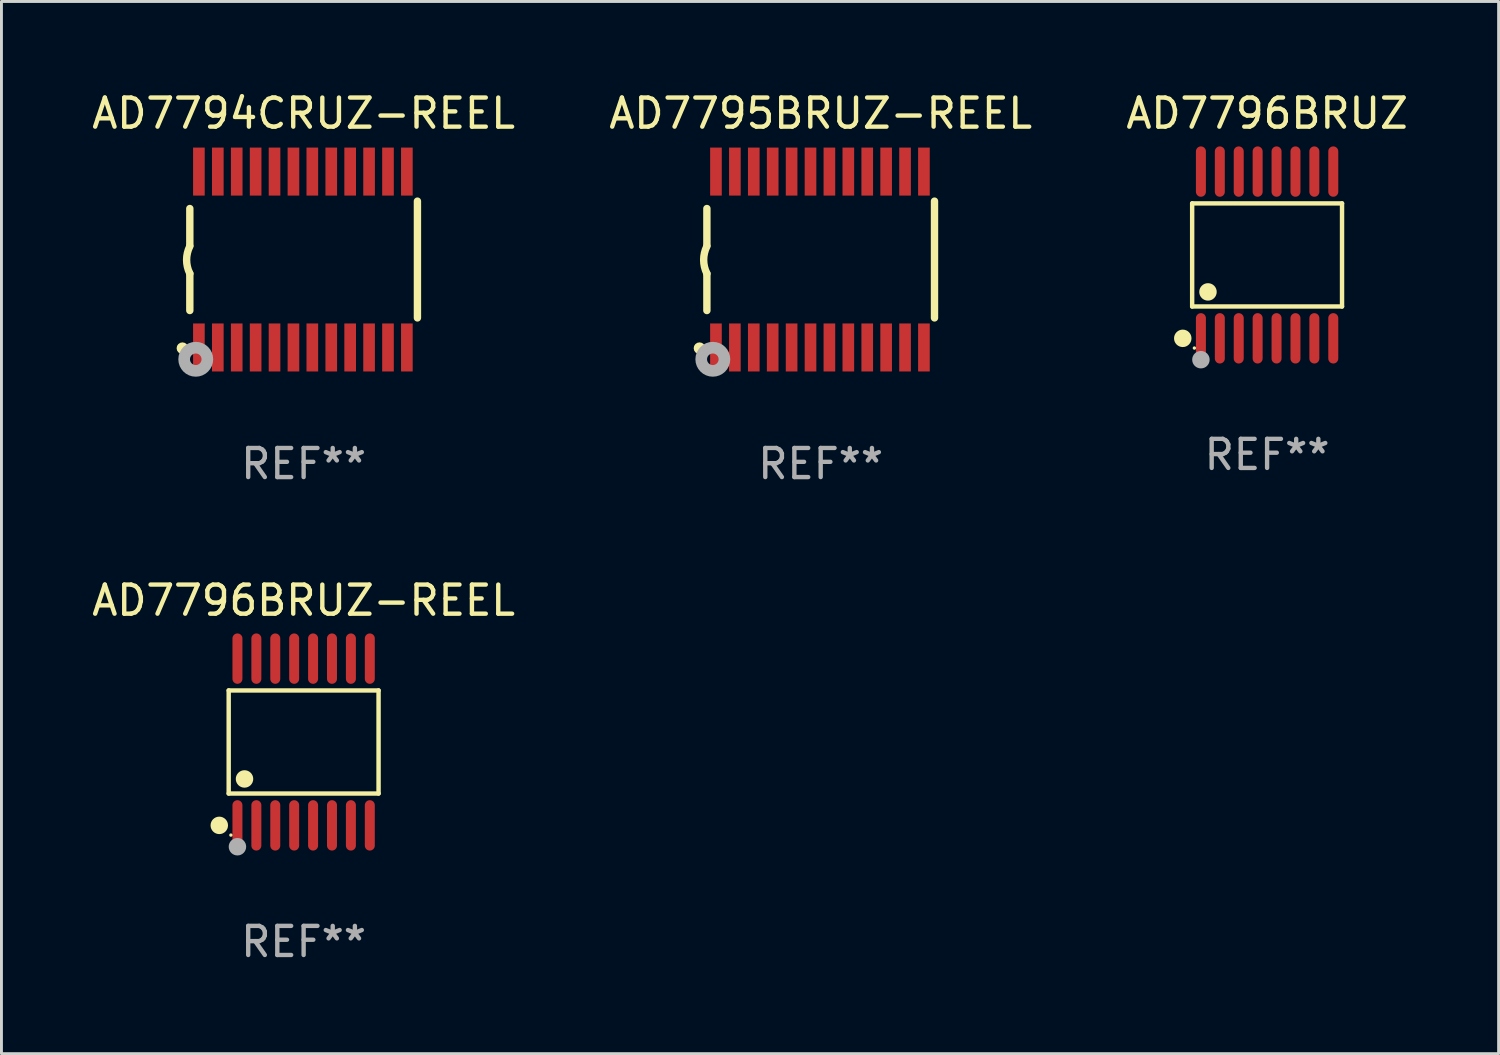
<source format=kicad_pcb>
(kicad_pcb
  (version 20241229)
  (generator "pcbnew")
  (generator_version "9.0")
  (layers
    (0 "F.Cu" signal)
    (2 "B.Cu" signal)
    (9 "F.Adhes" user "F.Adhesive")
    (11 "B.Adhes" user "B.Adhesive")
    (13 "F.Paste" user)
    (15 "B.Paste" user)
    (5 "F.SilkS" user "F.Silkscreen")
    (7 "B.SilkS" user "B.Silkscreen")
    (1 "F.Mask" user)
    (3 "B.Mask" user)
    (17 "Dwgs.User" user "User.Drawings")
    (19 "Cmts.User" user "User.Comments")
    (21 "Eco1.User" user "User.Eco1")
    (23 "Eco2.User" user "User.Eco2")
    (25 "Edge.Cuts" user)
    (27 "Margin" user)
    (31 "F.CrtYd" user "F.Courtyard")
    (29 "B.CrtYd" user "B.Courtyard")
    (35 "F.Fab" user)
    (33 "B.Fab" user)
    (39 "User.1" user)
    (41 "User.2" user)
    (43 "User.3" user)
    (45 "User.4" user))
  (footprint "AD7794CRUZ-REEL"
    (layer "F.Cu")
    (at 7.387 5.871)
    (property "Reference" "AD7794CRUZ-REEL" (at 0 -5.023 0) (layer "F.SilkS") (effects (font (size 1 1) (thickness 0.15))))
    (attr through_hole)
    (fp_line (start -3.912 -0.483) (end -3.912 -1.753) (stroke (width 0.254) (type solid)) (layer "F.SilkS"))
    (fp_line (start -3.912 1.753) (end -3.912 0.483) (stroke (width 0.254) (type solid)) (layer "F.SilkS"))
    (fp_line (start 3.912 -2.007) (end 3.912 2.007) (stroke (width 0.254) (type solid)) (layer "F.SilkS"))
    (fp_arc (start -3.911608 0.482601) (mid -4.022537 0.0127) (end -3.911608 -0.457201) (stroke (width 0.254001) (type solid)) (layer "F.SilkS"))
    (fp_circle (center -4.166 3.048) (end -4.066 3.048) (stroke (width 0.2) (type solid)) (fill no) (layer "F.SilkS"))
    (fp_circle (center -3.925 3.186) (end -3.895 3.186) (stroke (width 0.06) (type solid)) (fill no) (layer "F.SilkS"))
    (fp_circle (center -3.708 3.429) (end -3.509 3.429) (stroke (width 0.4) (type solid)) (fill no) (layer "F.Fab"))
    (fp_text user "REF**" (at 0 7.023 0) (layer "F.Fab") (effects (font (size 1 1) (thickness 0.15))))
    (pad "1" smd rect (at -3.6 3.023) (size 0.4 1.65) (layers "F.Cu" "F.Mask" "F.Paste"))
    (pad "2" smd rect (at -2.95 3.023) (size 0.4 1.65) (layers "F.Cu" "F.Mask" "F.Paste"))
    (pad "3" smd rect (at -2.3 3.023) (size 0.4 1.65) (layers "F.Cu" "F.Mask" "F.Paste"))
    (pad "4" smd rect (at -1.65 3.023) (size 0.4 1.65) (layers "F.Cu" "F.Mask" "F.Paste"))
    (pad "5" smd rect (at -1 3.023) (size 0.4 1.65) (layers "F.Cu" "F.Mask" "F.Paste"))
    (pad "6" smd rect (at -0.35 3.023) (size 0.4 1.65) (layers "F.Cu" "F.Mask" "F.Paste"))
    (pad "7" smd rect (at 0.299 3.023) (size 0.4 1.65) (layers "F.Cu" "F.Mask" "F.Paste"))
    (pad "8" smd rect (at 0.95 3.023) (size 0.4 1.65) (layers "F.Cu" "F.Mask" "F.Paste"))
    (pad "9" smd rect (at 1.6 3.023) (size 0.4 1.65) (layers "F.Cu" "F.Mask" "F.Paste"))
    (pad "10" smd rect (at 2.25 3.023) (size 0.4 1.65) (layers "F.Cu" "F.Mask" "F.Paste"))
    (pad "11" smd rect (at 2.9 3.023) (size 0.4 1.65) (layers "F.Cu" "F.Mask" "F.Paste"))
    (pad "12" smd rect (at 3.549 3.023) (size 0.4 1.65) (layers "F.Cu" "F.Mask" "F.Paste"))
    (pad "13" smd rect (at 3.549 -3.023) (size 0.4 1.65) (layers "F.Cu" "F.Mask" "F.Paste"))
    (pad "14" smd rect (at 2.9 -3.023) (size 0.4 1.65) (layers "F.Cu" "F.Mask" "F.Paste"))
    (pad "15" smd rect (at 2.25 -3.023) (size 0.4 1.65) (layers "F.Cu" "F.Mask" "F.Paste"))
    (pad "16" smd rect (at 1.6 -3.023) (size 0.4 1.65) (layers "F.Cu" "F.Mask" "F.Paste"))
    (pad "17" smd rect (at 0.95 -3.023) (size 0.4 1.65) (layers "F.Cu" "F.Mask" "F.Paste"))
    (pad "18" smd rect (at 0.299 -3.023) (size 0.4 1.65) (layers "F.Cu" "F.Mask" "F.Paste"))
    (pad "19" smd rect (at -0.35 -3.023) (size 0.4 1.65) (layers "F.Cu" "F.Mask" "F.Paste"))
    (pad "20" smd rect (at -1 -3.023) (size 0.4 1.65) (layers "F.Cu" "F.Mask" "F.Paste"))
    (pad "21" smd rect (at -1.65 -3.023) (size 0.4 1.65) (layers "F.Cu" "F.Mask" "F.Paste"))
    (pad "22" smd rect (at -2.3 -3.023) (size 0.4 1.65) (layers "F.Cu" "F.Mask" "F.Paste"))
    (pad "23" smd rect (at -2.95 -3.023) (size 0.4 1.65) (layers "F.Cu" "F.Mask" "F.Paste"))
    (pad "24" smd rect (at -3.6 -3.023) (size 0.4 1.65) (layers "F.Cu" "F.Mask" "F.Paste")))
  (footprint "AD7796BRUZ"
    (layer "F.Cu")
    (at 40.506 5.714)
    (property "Reference" "AD7796BRUZ" (at 0 -4.866 0) (layer "F.SilkS") (effects (font (size 1 1) (thickness 0.15))))
    (attr through_hole)
    (fp_line (start -2.576 -1.772) (end 2.576 -1.772) (stroke (width 0.152) (type solid)) (layer "F.SilkS"))
    (fp_line (start -2.576 1.771) (end -2.576 -1.772) (stroke (width 0.152) (type solid)) (layer "F.SilkS"))
    (fp_line (start 2.576 -1.772) (end 2.576 1.771) (stroke (width 0.152) (type solid)) (layer "F.SilkS"))
    (fp_line (start 2.576 1.771) (end -2.576 1.771) (stroke (width 0.152) (type solid)) (layer "F.SilkS"))
    (fp_circle (center -2.899 2.866) (end -2.749 2.866) (stroke (width 0.3) (type solid)) (fill no) (layer "F.SilkS"))
    (fp_circle (center -2.5 3.2) (end -2.47 3.2) (stroke (width 0.06) (type solid)) (fill no) (layer "F.SilkS"))
    (fp_circle (center -2.032 1.27) (end -1.882 1.27) (stroke (width 0.3) (type solid)) (fill no) (layer "F.SilkS"))
    (fp_circle (center -2.275 3.6) (end -2.125 3.6) (stroke (width 0.3) (type solid)) (fill no) (layer "F.Fab"))
    (fp_text user "REF**" (at 0 6.866 0) (layer "F.Fab") (effects (font (size 1 1) (thickness 0.15))))
    (pad "1" smd oval (at -2.275 2.866) (size 0.343 1.731) (layers "F.Cu" "F.Mask" "F.Paste"))
    (pad "2" smd oval (at -1.625 2.866) (size 0.343 1.731) (layers "F.Cu" "F.Mask" "F.Paste"))
    (pad "3" smd oval (at -0.975 2.866) (size 0.343 1.731) (layers "F.Cu" "F.Mask" "F.Paste"))
    (pad "4" smd oval (at -0.325 2.866) (size 0.343 1.731) (layers "F.Cu" "F.Mask" "F.Paste"))
    (pad "5" smd oval (at 0.325 2.866) (size 0.343 1.731) (layers "F.Cu" "F.Mask" "F.Paste"))
    (pad "6" smd oval (at 0.975 2.866) (size 0.343 1.731) (layers "F.Cu" "F.Mask" "F.Paste"))
    (pad "7" smd oval (at 1.625 2.866) (size 0.343 1.731) (layers "F.Cu" "F.Mask" "F.Paste"))
    (pad "8" smd oval (at 2.275 2.866) (size 0.343 1.731) (layers "F.Cu" "F.Mask" "F.Paste"))
    (pad "9" smd oval (at 2.275 -2.866) (size 0.343 1.731) (layers "F.Cu" "F.Mask" "F.Paste"))
    (pad "10" smd oval (at 1.625 -2.866) (size 0.343 1.731) (layers "F.Cu" "F.Mask" "F.Paste"))
    (pad "11" smd oval (at 0.975 -2.866) (size 0.343 1.731) (layers "F.Cu" "F.Mask" "F.Paste"))
    (pad "12" smd oval (at 0.325 -2.866) (size 0.343 1.731) (layers "F.Cu" "F.Mask" "F.Paste"))
    (pad "13" smd oval (at -0.325 -2.866) (size 0.343 1.731) (layers "F.Cu" "F.Mask" "F.Paste"))
    (pad "14" smd oval (at -0.975 -2.866) (size 0.343 1.731) (layers "F.Cu" "F.Mask" "F.Paste"))
    (pad "15" smd oval (at -1.625 -2.866) (size 0.343 1.731) (layers "F.Cu" "F.Mask" "F.Paste"))
    (pad "16" smd oval (at -2.275 -2.866) (size 0.343 1.731) (layers "F.Cu" "F.Mask" "F.Paste")))
  (footprint "AD7796BRUZ-REEL"
    (layer "F.Cu")
    (at 7.387 22.456)
    (property "Reference" "AD7796BRUZ-REEL" (at 0 -4.866 0) (layer "F.SilkS") (effects (font (size 1 1) (thickness 0.15))))
    (attr through_hole)
    (fp_line (start -2.576 -1.772) (end 2.576 -1.772) (stroke (width 0.152) (type solid)) (layer "F.SilkS"))
    (fp_line (start -2.576 1.771) (end -2.576 -1.772) (stroke (width 0.152) (type solid)) (layer "F.SilkS"))
    (fp_line (start 2.576 -1.772) (end 2.576 1.771) (stroke (width 0.152) (type solid)) (layer "F.SilkS"))
    (fp_line (start 2.576 1.771) (end -2.576 1.771) (stroke (width 0.152) (type solid)) (layer "F.SilkS"))
    (fp_circle (center -2.899 2.866) (end -2.749 2.866) (stroke (width 0.3) (type solid)) (fill no) (layer "F.SilkS"))
    (fp_circle (center -2.5 3.2) (end -2.47 3.2) (stroke (width 0.06) (type solid)) (fill no) (layer "F.SilkS"))
    (fp_circle (center -2.032 1.27) (end -1.882 1.27) (stroke (width 0.3) (type solid)) (fill no) (layer "F.SilkS"))
    (fp_circle (center -2.275 3.6) (end -2.125 3.6) (stroke (width 0.3) (type solid)) (fill no) (layer "F.Fab"))
    (fp_text user "REF**" (at 0 6.866 0) (layer "F.Fab") (effects (font (size 1 1) (thickness 0.15))))
    (pad "1" smd oval (at -2.275 2.866) (size 0.343 1.731) (layers "F.Cu" "F.Mask" "F.Paste"))
    (pad "2" smd oval (at -1.625 2.866) (size 0.343 1.731) (layers "F.Cu" "F.Mask" "F.Paste"))
    (pad "3" smd oval (at -0.975 2.866) (size 0.343 1.731) (layers "F.Cu" "F.Mask" "F.Paste"))
    (pad "4" smd oval (at -0.325 2.866) (size 0.343 1.731) (layers "F.Cu" "F.Mask" "F.Paste"))
    (pad "5" smd oval (at 0.325 2.866) (size 0.343 1.731) (layers "F.Cu" "F.Mask" "F.Paste"))
    (pad "6" smd oval (at 0.975 2.866) (size 0.343 1.731) (layers "F.Cu" "F.Mask" "F.Paste"))
    (pad "7" smd oval (at 1.625 2.866) (size 0.343 1.731) (layers "F.Cu" "F.Mask" "F.Paste"))
    (pad "8" smd oval (at 2.275 2.866) (size 0.343 1.731) (layers "F.Cu" "F.Mask" "F.Paste"))
    (pad "9" smd oval (at 2.275 -2.866) (size 0.343 1.731) (layers "F.Cu" "F.Mask" "F.Paste"))
    (pad "10" smd oval (at 1.625 -2.866) (size 0.343 1.731) (layers "F.Cu" "F.Mask" "F.Paste"))
    (pad "11" smd oval (at 0.975 -2.866) (size 0.343 1.731) (layers "F.Cu" "F.Mask" "F.Paste"))
    (pad "12" smd oval (at 0.325 -2.866) (size 0.343 1.731) (layers "F.Cu" "F.Mask" "F.Paste"))
    (pad "13" smd oval (at -0.325 -2.866) (size 0.343 1.731) (layers "F.Cu" "F.Mask" "F.Paste"))
    (pad "14" smd oval (at -0.975 -2.866) (size 0.343 1.731) (layers "F.Cu" "F.Mask" "F.Paste"))
    (pad "15" smd oval (at -1.625 -2.866) (size 0.343 1.731) (layers "F.Cu" "F.Mask" "F.Paste"))
    (pad "16" smd oval (at -2.275 -2.866) (size 0.343 1.731) (layers "F.Cu" "F.Mask" "F.Paste")))
  (footprint "AD7795BRUZ-REEL"
    (layer "F.Cu")
    (at 25.161 5.871)
    (property "Reference" "AD7795BRUZ-REEL" (at 0 -5.023 0) (layer "F.SilkS") (effects (font (size 1 1) (thickness 0.15))))
    (attr through_hole)
    (fp_line (start -3.912 -0.483) (end -3.912 -1.753) (stroke (width 0.254) (type solid)) (layer "F.SilkS"))
    (fp_line (start -3.912 1.753) (end -3.912 0.483) (stroke (width 0.254) (type solid)) (layer "F.SilkS"))
    (fp_line (start 3.912 -2.007) (end 3.912 2.007) (stroke (width 0.254) (type solid)) (layer "F.SilkS"))
    (fp_arc (start -3.911608 0.482601) (mid -4.022537 0.0127) (end -3.911608 -0.457201) (stroke (width 0.254001) (type solid)) (layer "F.SilkS"))
    (fp_circle (center -4.166 3.048) (end -4.066 3.048) (stroke (width 0.2) (type solid)) (fill no) (layer "F.SilkS"))
    (fp_circle (center -3.925 3.186) (end -3.895 3.186) (stroke (width 0.06) (type solid)) (fill no) (layer "F.SilkS"))
    (fp_circle (center -3.708 3.429) (end -3.509 3.429) (stroke (width 0.4) (type solid)) (fill no) (layer "F.Fab"))
    (fp_text user "REF**" (at 0 7.023 0) (layer "F.Fab") (effects (font (size 1 1) (thickness 0.15))))
    (pad "1" smd rect (at -3.6 3.023) (size 0.4 1.65) (layers "F.Cu" "F.Mask" "F.Paste"))
    (pad "2" smd rect (at -2.95 3.023) (size 0.4 1.65) (layers "F.Cu" "F.Mask" "F.Paste"))
    (pad "3" smd rect (at -2.3 3.023) (size 0.4 1.65) (layers "F.Cu" "F.Mask" "F.Paste"))
    (pad "4" smd rect (at -1.65 3.023) (size 0.4 1.65) (layers "F.Cu" "F.Mask" "F.Paste"))
    (pad "5" smd rect (at -1 3.023) (size 0.4 1.65) (layers "F.Cu" "F.Mask" "F.Paste"))
    (pad "6" smd rect (at -0.35 3.023) (size 0.4 1.65) (layers "F.Cu" "F.Mask" "F.Paste"))
    (pad "7" smd rect (at 0.299 3.023) (size 0.4 1.65) (layers "F.Cu" "F.Mask" "F.Paste"))
    (pad "8" smd rect (at 0.95 3.023) (size 0.4 1.65) (layers "F.Cu" "F.Mask" "F.Paste"))
    (pad "9" smd rect (at 1.6 3.023) (size 0.4 1.65) (layers "F.Cu" "F.Mask" "F.Paste"))
    (pad "10" smd rect (at 2.25 3.023) (size 0.4 1.65) (layers "F.Cu" "F.Mask" "F.Paste"))
    (pad "11" smd rect (at 2.9 3.023) (size 0.4 1.65) (layers "F.Cu" "F.Mask" "F.Paste"))
    (pad "12" smd rect (at 3.549 3.023) (size 0.4 1.65) (layers "F.Cu" "F.Mask" "F.Paste"))
    (pad "13" smd rect (at 3.549 -3.023) (size 0.4 1.65) (layers "F.Cu" "F.Mask" "F.Paste"))
    (pad "14" smd rect (at 2.9 -3.023) (size 0.4 1.65) (layers "F.Cu" "F.Mask" "F.Paste"))
    (pad "15" smd rect (at 2.25 -3.023) (size 0.4 1.65) (layers "F.Cu" "F.Mask" "F.Paste"))
    (pad "16" smd rect (at 1.6 -3.023) (size 0.4 1.65) (layers "F.Cu" "F.Mask" "F.Paste"))
    (pad "17" smd rect (at 0.95 -3.023) (size 0.4 1.65) (layers "F.Cu" "F.Mask" "F.Paste"))
    (pad "18" smd rect (at 0.299 -3.023) (size 0.4 1.65) (layers "F.Cu" "F.Mask" "F.Paste"))
    (pad "19" smd rect (at -0.35 -3.023) (size 0.4 1.65) (layers "F.Cu" "F.Mask" "F.Paste"))
    (pad "20" smd rect (at -1 -3.023) (size 0.4 1.65) (layers "F.Cu" "F.Mask" "F.Paste"))
    (pad "21" smd rect (at -1.65 -3.023) (size 0.4 1.65) (layers "F.Cu" "F.Mask" "F.Paste"))
    (pad "22" smd rect (at -2.3 -3.023) (size 0.4 1.65) (layers "F.Cu" "F.Mask" "F.Paste"))
    (pad "23" smd rect (at -2.95 -3.023) (size 0.4 1.65) (layers "F.Cu" "F.Mask" "F.Paste"))
    (pad "24" smd rect (at -3.6 -3.023) (size 0.4 1.65) (layers "F.Cu" "F.Mask" "F.Paste")))
  (gr_rect
    (start -3 -3)
    (end 48.464 33.17)
    (stroke (width 0.1) (type default))
    (fill no)
    (layer "Edge.Cuts")))
</source>
